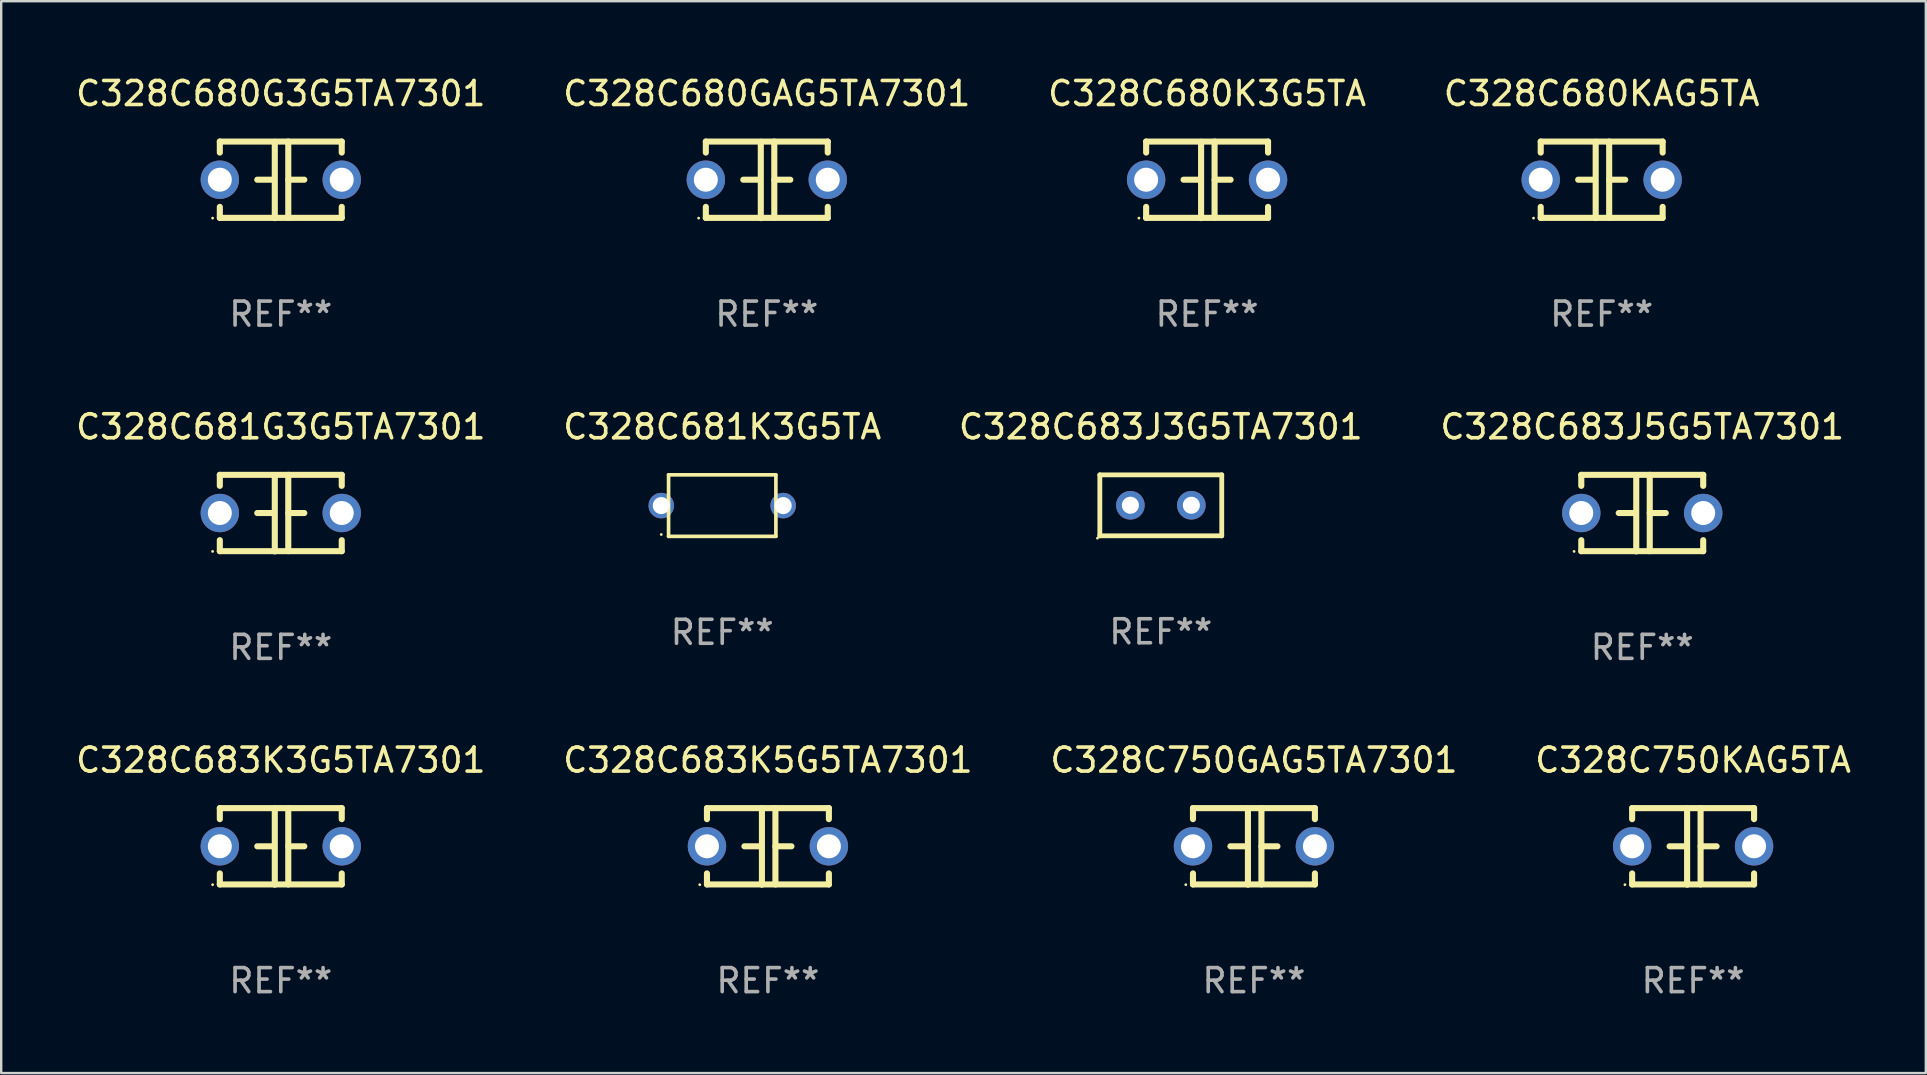
<source format=kicad_pcb>
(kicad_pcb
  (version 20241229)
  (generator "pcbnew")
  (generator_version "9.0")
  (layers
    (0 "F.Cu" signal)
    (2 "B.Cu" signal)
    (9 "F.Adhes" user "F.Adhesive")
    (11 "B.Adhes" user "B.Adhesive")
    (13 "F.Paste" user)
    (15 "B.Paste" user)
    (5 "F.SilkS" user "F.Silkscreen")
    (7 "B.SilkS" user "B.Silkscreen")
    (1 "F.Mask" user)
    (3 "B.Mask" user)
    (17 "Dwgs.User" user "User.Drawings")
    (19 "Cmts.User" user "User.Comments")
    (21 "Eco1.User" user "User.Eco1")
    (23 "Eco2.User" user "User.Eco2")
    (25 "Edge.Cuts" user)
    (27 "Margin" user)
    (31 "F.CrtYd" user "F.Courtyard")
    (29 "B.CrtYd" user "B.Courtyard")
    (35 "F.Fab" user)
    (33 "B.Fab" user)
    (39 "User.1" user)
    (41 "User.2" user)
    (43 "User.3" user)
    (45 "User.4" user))
  (footprint "C328C683J3G5TA7301"
    (layer "F.Cu")
    (at 45.315 18.005)
    (property "Reference" "C328C683J3G5TA7301" (at 0 -3.27 0) (layer "F.SilkS") (effects (font (size 1 1) (thickness 0.15))))
    (attr through_hole)
    (fp_line (start -2.54 -1.27) (end -2.54 1.27) (stroke (width 0.201) (type solid)) (layer "F.SilkS"))
    (fp_line (start -2.54 1.27) (end 2.54 1.27) (stroke (width 0.201) (type solid)) (layer "F.SilkS"))
    (fp_line (start 2.54 -1.27) (end -2.54 -1.27) (stroke (width 0.201) (type solid)) (layer "F.SilkS"))
    (fp_line (start 2.54 1.27) (end 2.54 -1.27) (stroke (width 0.201) (type solid)) (layer "F.SilkS"))
    (fp_circle (center -2.64 1.37) (end -2.61 1.37) (stroke (width 0.06) (type solid)) (fill no) (layer "F.SilkS"))
    (fp_text user "REF**" (at 0 5.27 0) (layer "F.Fab") (effects (font (size 1 1) (thickness 0.15))))
    (pad "1" thru_hole circle (at -1.267 -0.003) (size 1.194 1.194) (drill 0.711) (layers "*.Cu" "*.Mask"))
    (pad "2" thru_hole circle (at 1.273 -0.003) (size 1.194 1.194) (drill 0.711) (layers "*.Cu" "*.Mask")))
  (footprint "C328C681G3G5TA7301"
    (layer "F.Cu")
    (at 8.649 18.33)
    (property "Reference" "C328C681G3G5TA7301" (at 0 -3.595 0) (layer "F.SilkS") (effects (font (size 1 1) (thickness 0.15))))
    (attr through_hole)
    (fp_line (start -2.54 -1.595) (end -2.54 -1.136) (stroke (width 0.254) (type solid)) (layer "F.SilkS"))
    (fp_line (start -2.54 -1.595) (end 2.54 -1.595) (stroke (width 0.254) (type solid)) (layer "F.SilkS"))
    (fp_line (start -2.54 1.126) (end -2.54 1.585) (stroke (width 0.254) (type solid)) (layer "F.SilkS"))
    (fp_line (start -0.312 -0.005) (end -0.98 -0.005) (stroke (width 0.254) (type solid)) (layer "F.SilkS"))
    (fp_line (start -0.25 -1.585) (end -0.25 1.595) (stroke (width 0.254) (type solid)) (layer "F.SilkS"))
    (fp_line (start 0.312 -1.595) (end 0.312 1.585) (stroke (width 0.254) (type solid)) (layer "F.SilkS"))
    (fp_line (start 0.312 -0.005) (end 0.98 -0.005) (stroke (width 0.254) (type solid)) (layer "F.SilkS"))
    (fp_line (start 2.54 -1.595) (end 2.54 -1.136) (stroke (width 0.254) (type solid)) (layer "F.SilkS"))
    (fp_line (start 2.54 1.126) (end 2.54 1.585) (stroke (width 0.254) (type solid)) (layer "F.SilkS"))
    (fp_line (start 2.54 1.585) (end -2.54 1.585) (stroke (width 0.254) (type solid)) (layer "F.SilkS"))
    (fp_circle (center -2.84 1.595) (end -2.81 1.595) (stroke (width 0.06) (type solid)) (fill no) (layer "F.SilkS"))
    (fp_text user "REF**" (at 0 5.595 0) (layer "F.Fab") (effects (font (size 1 1) (thickness 0.15))))
    (pad "1" thru_hole circle (at -2.54 -0.005) (size 1.6 1.6) (drill 1) (layers "*.Cu" "*.Mask"))
    (pad "2" thru_hole circle (at 2.54 -0.005) (size 1.6 1.6) (drill 1) (layers "*.Cu" "*.Mask")))
  (footprint "C328C683J5G5TA7301"
    (layer "F.Cu")
    (at 65.375 18.33)
    (property "Reference" "C328C683J5G5TA7301" (at 0 -3.595 0) (layer "F.SilkS") (effects (font (size 1 1) (thickness 0.15))))
    (attr through_hole)
    (fp_line (start -2.54 -1.595) (end -2.54 -1.136) (stroke (width 0.254) (type solid)) (layer "F.SilkS"))
    (fp_line (start -2.54 -1.595) (end 2.54 -1.595) (stroke (width 0.254) (type solid)) (layer "F.SilkS"))
    (fp_line (start -2.54 1.126) (end -2.54 1.585) (stroke (width 0.254) (type solid)) (layer "F.SilkS"))
    (fp_line (start -0.312 -0.005) (end -0.98 -0.005) (stroke (width 0.254) (type solid)) (layer "F.SilkS"))
    (fp_line (start -0.25 -1.585) (end -0.25 1.595) (stroke (width 0.254) (type solid)) (layer "F.SilkS"))
    (fp_line (start 0.312 -1.595) (end 0.312 1.585) (stroke (width 0.254) (type solid)) (layer "F.SilkS"))
    (fp_line (start 0.312 -0.005) (end 0.98 -0.005) (stroke (width 0.254) (type solid)) (layer "F.SilkS"))
    (fp_line (start 2.54 -1.595) (end 2.54 -1.136) (stroke (width 0.254) (type solid)) (layer "F.SilkS"))
    (fp_line (start 2.54 1.126) (end 2.54 1.585) (stroke (width 0.254) (type solid)) (layer "F.SilkS"))
    (fp_line (start 2.54 1.585) (end -2.54 1.585) (stroke (width 0.254) (type solid)) (layer "F.SilkS"))
    (fp_circle (center -2.84 1.595) (end -2.81 1.595) (stroke (width 0.06) (type solid)) (fill no) (layer "F.SilkS"))
    (fp_text user "REF**" (at 0 5.595 0) (layer "F.Fab") (effects (font (size 1 1) (thickness 0.15))))
    (pad "1" thru_hole circle (at -2.54 -0.005) (size 1.6 1.6) (drill 1) (layers "*.Cu" "*.Mask"))
    (pad "2" thru_hole circle (at 2.54 -0.005) (size 1.6 1.6) (drill 1) (layers "*.Cu" "*.Mask")))
  (footprint "C328C683K5G5TA7301"
    (layer "F.Cu")
    (at 28.946 32.216)
    (property "Reference" "C328C683K5G5TA7301" (at 0 -3.595 0) (layer "F.SilkS") (effects (font (size 1 1) (thickness 0.15))))
    (attr through_hole)
    (fp_line (start -2.54 -1.595) (end -2.54 -1.136) (stroke (width 0.254) (type solid)) (layer "F.SilkS"))
    (fp_line (start -2.54 -1.595) (end 2.54 -1.595) (stroke (width 0.254) (type solid)) (layer "F.SilkS"))
    (fp_line (start -2.54 1.126) (end -2.54 1.585) (stroke (width 0.254) (type solid)) (layer "F.SilkS"))
    (fp_line (start -0.312 -0.005) (end -0.98 -0.005) (stroke (width 0.254) (type solid)) (layer "F.SilkS"))
    (fp_line (start -0.25 -1.585) (end -0.25 1.595) (stroke (width 0.254) (type solid)) (layer "F.SilkS"))
    (fp_line (start 0.312 -1.595) (end 0.312 1.585) (stroke (width 0.254) (type solid)) (layer "F.SilkS"))
    (fp_line (start 0.312 -0.005) (end 0.98 -0.005) (stroke (width 0.254) (type solid)) (layer "F.SilkS"))
    (fp_line (start 2.54 -1.595) (end 2.54 -1.136) (stroke (width 0.254) (type solid)) (layer "F.SilkS"))
    (fp_line (start 2.54 1.126) (end 2.54 1.585) (stroke (width 0.254) (type solid)) (layer "F.SilkS"))
    (fp_line (start 2.54 1.585) (end -2.54 1.585) (stroke (width 0.254) (type solid)) (layer "F.SilkS"))
    (fp_circle (center -2.84 1.595) (end -2.81 1.595) (stroke (width 0.06) (type solid)) (fill no) (layer "F.SilkS"))
    (fp_text user "REF**" (at 0 5.595 0) (layer "F.Fab") (effects (font (size 1 1) (thickness 0.15))))
    (pad "1" thru_hole circle (at -2.54 -0.005) (size 1.6 1.6) (drill 1) (layers "*.Cu" "*.Mask"))
    (pad "2" thru_hole circle (at 2.54 -0.005) (size 1.6 1.6) (drill 1) (layers "*.Cu" "*.Mask")))
  (footprint "C328C683K3G5TA7301"
    (layer "F.Cu")
    (at 8.649 32.216)
    (property "Reference" "C328C683K3G5TA7301" (at 0 -3.595 0) (layer "F.SilkS") (effects (font (size 1 1) (thickness 0.15))))
    (attr through_hole)
    (fp_line (start -2.54 -1.595) (end -2.54 -1.136) (stroke (width 0.254) (type solid)) (layer "F.SilkS"))
    (fp_line (start -2.54 -1.595) (end 2.54 -1.595) (stroke (width 0.254) (type solid)) (layer "F.SilkS"))
    (fp_line (start -2.54 1.126) (end -2.54 1.585) (stroke (width 0.254) (type solid)) (layer "F.SilkS"))
    (fp_line (start -0.312 -0.005) (end -0.98 -0.005) (stroke (width 0.254) (type solid)) (layer "F.SilkS"))
    (fp_line (start -0.25 -1.585) (end -0.25 1.595) (stroke (width 0.254) (type solid)) (layer "F.SilkS"))
    (fp_line (start 0.312 -1.595) (end 0.312 1.585) (stroke (width 0.254) (type solid)) (layer "F.SilkS"))
    (fp_line (start 0.312 -0.005) (end 0.98 -0.005) (stroke (width 0.254) (type solid)) (layer "F.SilkS"))
    (fp_line (start 2.54 -1.595) (end 2.54 -1.136) (stroke (width 0.254) (type solid)) (layer "F.SilkS"))
    (fp_line (start 2.54 1.126) (end 2.54 1.585) (stroke (width 0.254) (type solid)) (layer "F.SilkS"))
    (fp_line (start 2.54 1.585) (end -2.54 1.585) (stroke (width 0.254) (type solid)) (layer "F.SilkS"))
    (fp_circle (center -2.84 1.595) (end -2.81 1.595) (stroke (width 0.06) (type solid)) (fill no) (layer "F.SilkS"))
    (fp_text user "REF**" (at 0 5.595 0) (layer "F.Fab") (effects (font (size 1 1) (thickness 0.15))))
    (pad "1" thru_hole circle (at -2.54 -0.005) (size 1.6 1.6) (drill 1) (layers "*.Cu" "*.Mask"))
    (pad "2" thru_hole circle (at 2.54 -0.005) (size 1.6 1.6) (drill 1) (layers "*.Cu" "*.Mask")))
  (footprint "C328C750GAG5TA7301"
    (layer "F.Cu")
    (at 49.196 32.216)
    (property "Reference" "C328C750GAG5TA7301" (at 0 -3.595 0) (layer "F.SilkS") (effects (font (size 1 1) (thickness 0.15))))
    (attr through_hole)
    (fp_line (start -2.54 -1.595) (end -2.54 -1.136) (stroke (width 0.254) (type solid)) (layer "F.SilkS"))
    (fp_line (start -2.54 -1.595) (end 2.54 -1.595) (stroke (width 0.254) (type solid)) (layer "F.SilkS"))
    (fp_line (start -2.54 1.126) (end -2.54 1.585) (stroke (width 0.254) (type solid)) (layer "F.SilkS"))
    (fp_line (start -0.312 -0.005) (end -0.98 -0.005) (stroke (width 0.254) (type solid)) (layer "F.SilkS"))
    (fp_line (start -0.25 -1.585) (end -0.25 1.595) (stroke (width 0.254) (type solid)) (layer "F.SilkS"))
    (fp_line (start 0.312 -1.595) (end 0.312 1.585) (stroke (width 0.254) (type solid)) (layer "F.SilkS"))
    (fp_line (start 0.312 -0.005) (end 0.98 -0.005) (stroke (width 0.254) (type solid)) (layer "F.SilkS"))
    (fp_line (start 2.54 -1.595) (end 2.54 -1.136) (stroke (width 0.254) (type solid)) (layer "F.SilkS"))
    (fp_line (start 2.54 1.126) (end 2.54 1.585) (stroke (width 0.254) (type solid)) (layer "F.SilkS"))
    (fp_line (start 2.54 1.585) (end -2.54 1.585) (stroke (width 0.254) (type solid)) (layer "F.SilkS"))
    (fp_circle (center -2.84 1.595) (end -2.81 1.595) (stroke (width 0.06) (type solid)) (fill no) (layer "F.SilkS"))
    (fp_text user "REF**" (at 0 5.595 0) (layer "F.Fab") (effects (font (size 1 1) (thickness 0.15))))
    (pad "1" thru_hole circle (at -2.54 -0.005) (size 1.6 1.6) (drill 1) (layers "*.Cu" "*.Mask"))
    (pad "2" thru_hole circle (at 2.54 -0.005) (size 1.6 1.6) (drill 1) (layers "*.Cu" "*.Mask")))
  (footprint "C328C680GAG5TA7301"
    (layer "F.Cu")
    (at 28.899 4.443)
    (property "Reference" "C328C680GAG5TA7301" (at 0 -3.595 0) (layer "F.SilkS") (effects (font (size 1 1) (thickness 0.15))))
    (attr through_hole)
    (fp_line (start -2.54 -1.595) (end -2.54 -1.136) (stroke (width 0.254) (type solid)) (layer "F.SilkS"))
    (fp_line (start -2.54 -1.595) (end 2.54 -1.595) (stroke (width 0.254) (type solid)) (layer "F.SilkS"))
    (fp_line (start -2.54 1.126) (end -2.54 1.585) (stroke (width 0.254) (type solid)) (layer "F.SilkS"))
    (fp_line (start -0.312 -0.005) (end -0.98 -0.005) (stroke (width 0.254) (type solid)) (layer "F.SilkS"))
    (fp_line (start -0.25 -1.585) (end -0.25 1.595) (stroke (width 0.254) (type solid)) (layer "F.SilkS"))
    (fp_line (start 0.312 -1.595) (end 0.312 1.585) (stroke (width 0.254) (type solid)) (layer "F.SilkS"))
    (fp_line (start 0.312 -0.005) (end 0.98 -0.005) (stroke (width 0.254) (type solid)) (layer "F.SilkS"))
    (fp_line (start 2.54 -1.595) (end 2.54 -1.136) (stroke (width 0.254) (type solid)) (layer "F.SilkS"))
    (fp_line (start 2.54 1.126) (end 2.54 1.585) (stroke (width 0.254) (type solid)) (layer "F.SilkS"))
    (fp_line (start 2.54 1.585) (end -2.54 1.585) (stroke (width 0.254) (type solid)) (layer "F.SilkS"))
    (fp_circle (center -2.84 1.595) (end -2.81 1.595) (stroke (width 0.06) (type solid)) (fill no) (layer "F.SilkS"))
    (fp_text user "REF**" (at 0 5.595 0) (layer "F.Fab") (effects (font (size 1 1) (thickness 0.15))))
    (pad "1" thru_hole circle (at -2.54 -0.005) (size 1.6 1.6) (drill 1) (layers "*.Cu" "*.Mask"))
    (pad "2" thru_hole circle (at 2.54 -0.005) (size 1.6 1.6) (drill 1) (layers "*.Cu" "*.Mask")))
  (footprint "C328C680K3G5TA"
    (layer "F.Cu")
    (at 47.244 4.443)
    (property "Reference" "C328C680K3G5TA" (at 0 -3.595 0) (layer "F.SilkS") (effects (font (size 1 1) (thickness 0.15))))
    (attr through_hole)
    (fp_line (start -2.54 -1.595) (end -2.54 -1.136) (stroke (width 0.254) (type solid)) (layer "F.SilkS"))
    (fp_line (start -2.54 -1.595) (end 2.54 -1.595) (stroke (width 0.254) (type solid)) (layer "F.SilkS"))
    (fp_line (start -2.54 1.126) (end -2.54 1.585) (stroke (width 0.254) (type solid)) (layer "F.SilkS"))
    (fp_line (start -0.312 -0.005) (end -0.98 -0.005) (stroke (width 0.254) (type solid)) (layer "F.SilkS"))
    (fp_line (start -0.25 -1.585) (end -0.25 1.595) (stroke (width 0.254) (type solid)) (layer "F.SilkS"))
    (fp_line (start 0.312 -1.595) (end 0.312 1.585) (stroke (width 0.254) (type solid)) (layer "F.SilkS"))
    (fp_line (start 0.312 -0.005) (end 0.98 -0.005) (stroke (width 0.254) (type solid)) (layer "F.SilkS"))
    (fp_line (start 2.54 -1.595) (end 2.54 -1.136) (stroke (width 0.254) (type solid)) (layer "F.SilkS"))
    (fp_line (start 2.54 1.126) (end 2.54 1.585) (stroke (width 0.254) (type solid)) (layer "F.SilkS"))
    (fp_line (start 2.54 1.585) (end -2.54 1.585) (stroke (width 0.254) (type solid)) (layer "F.SilkS"))
    (fp_circle (center -2.84 1.595) (end -2.81 1.595) (stroke (width 0.06) (type solid)) (fill no) (layer "F.SilkS"))
    (fp_text user "REF**" (at 0 5.595 0) (layer "F.Fab") (effects (font (size 1 1) (thickness 0.15))))
    (pad "1" thru_hole circle (at -2.54 -0.005) (size 1.6 1.6) (drill 1) (layers "*.Cu" "*.Mask"))
    (pad "2" thru_hole circle (at 2.54 -0.005) (size 1.6 1.6) (drill 1) (layers "*.Cu" "*.Mask")))
  (footprint "C328C750KAG5TA"
    (layer "F.Cu")
    (at 67.494 32.216)
    (property "Reference" "C328C750KAG5TA" (at 0 -3.595 0) (layer "F.SilkS") (effects (font (size 1 1) (thickness 0.15))))
    (attr through_hole)
    (fp_line (start -2.54 -1.595) (end -2.54 -1.136) (stroke (width 0.254) (type solid)) (layer "F.SilkS"))
    (fp_line (start -2.54 -1.595) (end 2.54 -1.595) (stroke (width 0.254) (type solid)) (layer "F.SilkS"))
    (fp_line (start -2.54 1.126) (end -2.54 1.585) (stroke (width 0.254) (type solid)) (layer "F.SilkS"))
    (fp_line (start -0.312 -0.005) (end -0.98 -0.005) (stroke (width 0.254) (type solid)) (layer "F.SilkS"))
    (fp_line (start -0.25 -1.585) (end -0.25 1.595) (stroke (width 0.254) (type solid)) (layer "F.SilkS"))
    (fp_line (start 0.312 -1.595) (end 0.312 1.585) (stroke (width 0.254) (type solid)) (layer "F.SilkS"))
    (fp_line (start 0.312 -0.005) (end 0.98 -0.005) (stroke (width 0.254) (type solid)) (layer "F.SilkS"))
    (fp_line (start 2.54 -1.595) (end 2.54 -1.136) (stroke (width 0.254) (type solid)) (layer "F.SilkS"))
    (fp_line (start 2.54 1.126) (end 2.54 1.585) (stroke (width 0.254) (type solid)) (layer "F.SilkS"))
    (fp_line (start 2.54 1.585) (end -2.54 1.585) (stroke (width 0.254) (type solid)) (layer "F.SilkS"))
    (fp_circle (center -2.84 1.595) (end -2.81 1.595) (stroke (width 0.06) (type solid)) (fill no) (layer "F.SilkS"))
    (fp_text user "REF**" (at 0 5.595 0) (layer "F.Fab") (effects (font (size 1 1) (thickness 0.15))))
    (pad "1" thru_hole circle (at -2.54 -0.005) (size 1.6 1.6) (drill 1) (layers "*.Cu" "*.Mask"))
    (pad "2" thru_hole circle (at 2.54 -0.005) (size 1.6 1.6) (drill 1) (layers "*.Cu" "*.Mask")))
  (footprint "C328C681K3G5TA"
    (layer "F.Cu")
    (at 27.042 18.016)
    (property "Reference" "C328C681K3G5TA" (at 0 -3.281 0) (layer "F.SilkS") (effects (font (size 1 1) (thickness 0.15))))
    (attr through_hole)
    (fp_line (start -2.236 -1.281) (end 2.236 -1.281) (stroke (width 0.152) (type solid)) (layer "F.SilkS"))
    (fp_line (start -2.236 1.281) (end -2.236 -1.281) (stroke (width 0.152) (type solid)) (layer "F.SilkS"))
    (fp_line (start 2.236 -1.281) (end 2.236 1.281) (stroke (width 0.152) (type solid)) (layer "F.SilkS"))
    (fp_line (start 2.236 1.281) (end -2.236 1.281) (stroke (width 0.152) (type solid)) (layer "F.SilkS"))
    (fp_circle (center -2.54 1.205) (end -2.51 1.205) (stroke (width 0.06) (type solid)) (fill no) (layer "F.SilkS"))
    (fp_text user "REF**" (at 0 5.281 0) (layer "F.Fab") (effects (font (size 1 1) (thickness 0.15))))
    (pad "1" thru_hole circle (at -2.54 0) (size 1.065 1.065) (drill 0.71) (layers "*.Cu" "*.Mask"))
    (pad "2" thru_hole circle (at 2.54 0) (size 1.065 1.065) (drill 0.71) (layers "*.Cu" "*.Mask")))
  (footprint "C328C680KAG5TA"
    (layer "F.Cu")
    (at 63.685 4.443)
    (property "Reference" "C328C680KAG5TA" (at 0 -3.595 0) (layer "F.SilkS") (effects (font (size 1 1) (thickness 0.15))))
    (attr through_hole)
    (fp_line (start -2.54 -1.595) (end -2.54 -1.136) (stroke (width 0.254) (type solid)) (layer "F.SilkS"))
    (fp_line (start -2.54 -1.595) (end 2.54 -1.595) (stroke (width 0.254) (type solid)) (layer "F.SilkS"))
    (fp_line (start -2.54 1.126) (end -2.54 1.585) (stroke (width 0.254) (type solid)) (layer "F.SilkS"))
    (fp_line (start -0.312 -0.005) (end -0.98 -0.005) (stroke (width 0.254) (type solid)) (layer "F.SilkS"))
    (fp_line (start -0.25 -1.585) (end -0.25 1.595) (stroke (width 0.254) (type solid)) (layer "F.SilkS"))
    (fp_line (start 0.312 -1.595) (end 0.312 1.585) (stroke (width 0.254) (type solid)) (layer "F.SilkS"))
    (fp_line (start 0.312 -0.005) (end 0.98 -0.005) (stroke (width 0.254) (type solid)) (layer "F.SilkS"))
    (fp_line (start 2.54 -1.595) (end 2.54 -1.136) (stroke (width 0.254) (type solid)) (layer "F.SilkS"))
    (fp_line (start 2.54 1.126) (end 2.54 1.585) (stroke (width 0.254) (type solid)) (layer "F.SilkS"))
    (fp_line (start 2.54 1.585) (end -2.54 1.585) (stroke (width 0.254) (type solid)) (layer "F.SilkS"))
    (fp_circle (center -2.84 1.595) (end -2.81 1.595) (stroke (width 0.06) (type solid)) (fill no) (layer "F.SilkS"))
    (fp_text user "REF**" (at 0 5.595 0) (layer "F.Fab") (effects (font (size 1 1) (thickness 0.15))))
    (pad "1" thru_hole circle (at -2.54 -0.005) (size 1.6 1.6) (drill 1) (layers "*.Cu" "*.Mask"))
    (pad "2" thru_hole circle (at 2.54 -0.005) (size 1.6 1.6) (drill 1) (layers "*.Cu" "*.Mask")))
  (footprint "C328C680G3G5TA7301"
    (layer "F.Cu")
    (at 8.649 4.443)
    (property "Reference" "C328C680G3G5TA7301" (at 0 -3.595 0) (layer "F.SilkS") (effects (font (size 1 1) (thickness 0.15))))
    (attr through_hole)
    (fp_line (start -2.54 -1.595) (end -2.54 -1.136) (stroke (width 0.254) (type solid)) (layer "F.SilkS"))
    (fp_line (start -2.54 -1.595) (end 2.54 -1.595) (stroke (width 0.254) (type solid)) (layer "F.SilkS"))
    (fp_line (start -2.54 1.126) (end -2.54 1.585) (stroke (width 0.254) (type solid)) (layer "F.SilkS"))
    (fp_line (start -0.312 -0.005) (end -0.98 -0.005) (stroke (width 0.254) (type solid)) (layer "F.SilkS"))
    (fp_line (start -0.25 -1.585) (end -0.25 1.595) (stroke (width 0.254) (type solid)) (layer "F.SilkS"))
    (fp_line (start 0.312 -1.595) (end 0.312 1.585) (stroke (width 0.254) (type solid)) (layer "F.SilkS"))
    (fp_line (start 0.312 -0.005) (end 0.98 -0.005) (stroke (width 0.254) (type solid)) (layer "F.SilkS"))
    (fp_line (start 2.54 -1.595) (end 2.54 -1.136) (stroke (width 0.254) (type solid)) (layer "F.SilkS"))
    (fp_line (start 2.54 1.126) (end 2.54 1.585) (stroke (width 0.254) (type solid)) (layer "F.SilkS"))
    (fp_line (start 2.54 1.585) (end -2.54 1.585) (stroke (width 0.254) (type solid)) (layer "F.SilkS"))
    (fp_circle (center -2.84 1.595) (end -2.81 1.595) (stroke (width 0.06) (type solid)) (fill no) (layer "F.SilkS"))
    (fp_text user "REF**" (at 0 5.595 0) (layer "F.Fab") (effects (font (size 1 1) (thickness 0.15))))
    (pad "1" thru_hole circle (at -2.54 -0.005) (size 1.6 1.6) (drill 1) (layers "*.Cu" "*.Mask"))
    (pad "2" thru_hole circle (at 2.54 -0.005) (size 1.6 1.6) (drill 1) (layers "*.Cu" "*.Mask")))
  (gr_rect
    (start -3 -3)
    (end 77.19 41.659)
    (stroke (width 0.1) (type default))
    (fill no)
    (layer "Edge.Cuts")))
</source>
